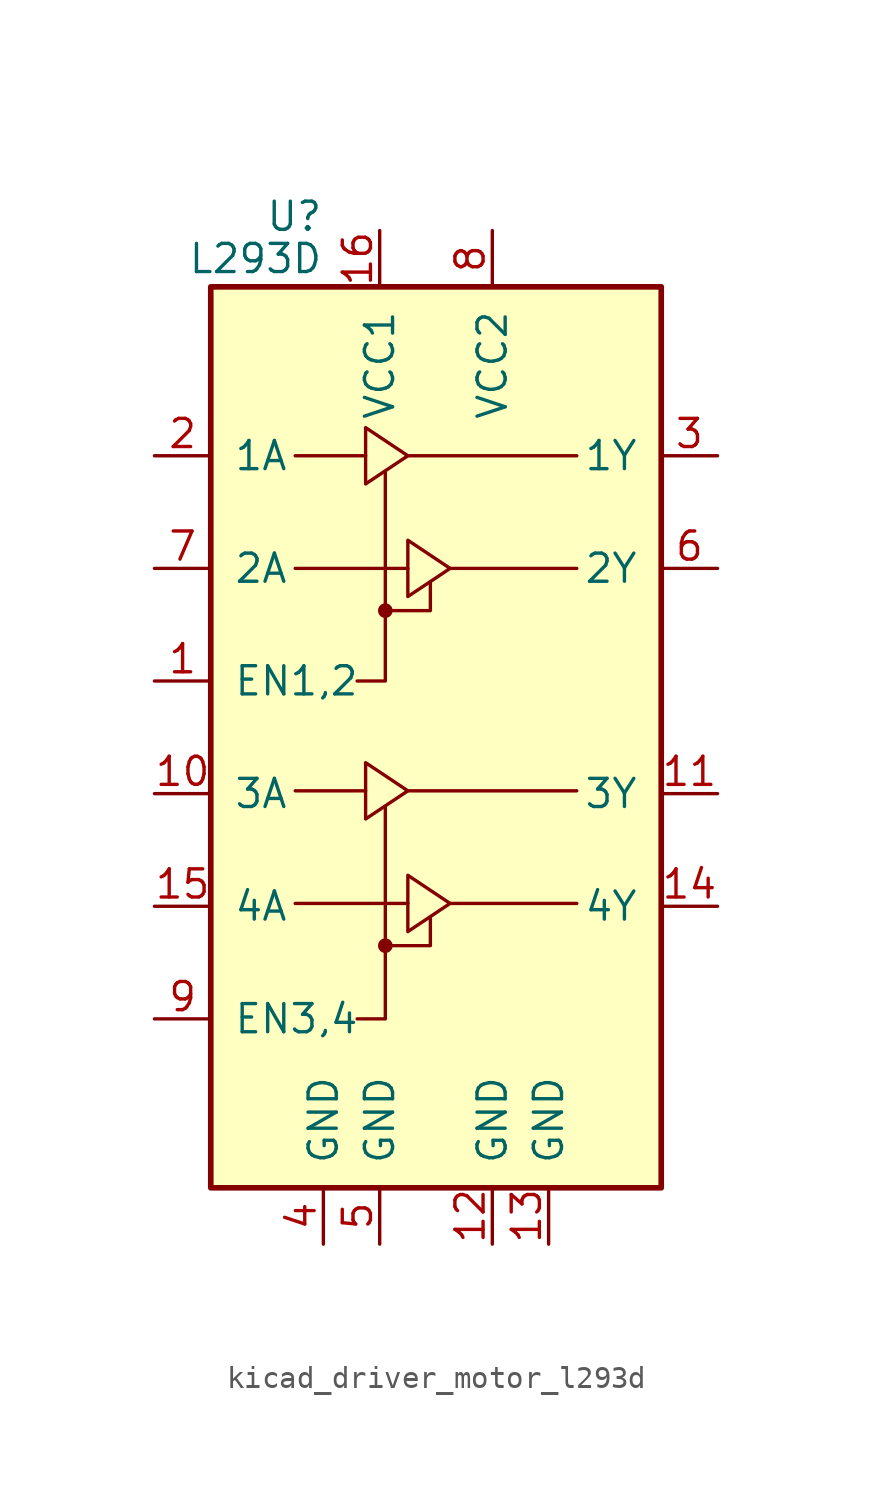
<source format=kicad_sym>
(kicad_symbol_lib
  (version 20220914)
  (generator kicad_symbol_editor)
  (symbol "kicad_driver_motor_l293d"
    (pin_names
      (offset 1.016))
    (property "Reference" "U"
      (at -5.08 26.035 0)
      (effects (font (size 1.27 1.27)) (justify right)))
    (property "Value" "L293D"
      (at -5.08 24.13 0)
      (effects (font (size 1.27 1.27)) (justify right)))
    (symbol "kicad_driver_motor_l293d_0_1"
      (rectangle (start -10.16 22.86) (end 10.16 -17.78) (stroke (width 0.254) (type default)) (fill (type background)))
      (circle (center -2.286 -6.858) (radius 0.254) (stroke (width 0) (type default)) (fill (type outline)))
      (circle (center -2.286 8.255) (radius 0.254) (stroke (width 0) (type default)) (fill (type outline)))
      (polyline (pts (xy -6.35 -4.953) (xy -1.27 -4.953)) (stroke (width 0) (type default)) (fill (type none)))
      (polyline (pts (xy -6.35 0.127) (xy -3.175 0.127)) (stroke (width 0) (type default)) (fill (type none)))
      (polyline (pts (xy -6.35 10.16) (xy -1.27 10.16)) (stroke (width 0) (type default)) (fill (type none)))
      (polyline (pts (xy -6.35 15.24) (xy -3.175 15.24)) (stroke (width 0) (type default)) (fill (type none)))
      (polyline (pts (xy -1.27 0.127) (xy 6.35 0.127)) (stroke (width 0) (type default)) (fill (type none)))
      (polyline (pts (xy -1.27 15.24) (xy 6.35 15.24)) (stroke (width 0) (type default)) (fill (type none)))
      (polyline (pts (xy 0.635 -4.953) (xy 6.35 -4.953)) (stroke (width 0) (type default)) (fill (type none)))
      (polyline (pts (xy 0.635 10.16) (xy 6.35 10.16)) (stroke (width 0) (type default)) (fill (type none)))
      (polyline (pts (xy -2.286 -6.858) (xy -0.254 -6.858) (xy -0.254 -5.588)) (stroke (width 0) (type default)) (fill (type none)))
      (polyline (pts (xy -2.286 -0.635) (xy -2.286 -10.16) (xy -3.556 -10.16)) (stroke (width 0) (type default)) (fill (type none)))
      (polyline (pts (xy -2.286 8.255) (xy -0.254 8.255) (xy -0.254 9.525)) (stroke (width 0) (type default)) (fill (type none)))
      (polyline (pts (xy -2.286 14.478) (xy -2.286 5.08) (xy -3.556 5.08)) (stroke (width 0) (type default)) (fill (type none)))
      (polyline (pts (xy -3.175 1.397) (xy -3.175 -1.143) (xy -1.27 0.127) (xy -3.175 1.397)) (stroke (width 0) (type default)) (fill (type none)))
      (polyline (pts (xy -3.175 16.51) (xy -3.175 13.97) (xy -1.27 15.24) (xy -3.175 16.51)) (stroke (width 0) (type default)) (fill (type none)))
      (polyline (pts (xy -1.27 -3.683) (xy -1.27 -6.223) (xy 0.635 -4.953) (xy -1.27 -3.683)) (stroke (width 0) (type default)) (fill (type none)))
      (polyline (pts (xy -1.27 11.43) (xy -1.27 8.89) (xy 0.635 10.16) (xy -1.27 11.43)) (stroke (width 0) (type default)) (fill (type none))))
    (symbol "kicad_driver_motor_l293d_1_1"
      (pin input line (at -12.7 5.08 0) (length 2.54) (name "EN1,2" (effects (font (size 1.27 1.27)))) (number "1" (effects (font (size 1.27 1.27)))))
      (pin input line (at -12.7 0 0) (length 2.54) (name "3A" (effects (font (size 1.27 1.27)))) (number "10" (effects (font (size 1.27 1.27)))))
      (pin output line (at 12.7 0 180) (length 2.54) (name "3Y" (effects (font (size 1.27 1.27)))) (number "11" (effects (font (size 1.27 1.27)))))
      (pin power_in line (at 2.54 -20.32 90) (length 2.54) (name "GND" (effects (font (size 1.27 1.27)))) (number "12" (effects (font (size 1.27 1.27)))))
      (pin power_in line (at 5.08 -20.32 90) (length 2.54) (name "GND" (effects (font (size 1.27 1.27)))) (number "13" (effects (font (size 1.27 1.27)))))
      (pin output line (at 12.7 -5.08 180) (length 2.54) (name "4Y" (effects (font (size 1.27 1.27)))) (number "14" (effects (font (size 1.27 1.27)))))
      (pin input line (at -12.7 -5.08 0) (length 2.54) (name "4A" (effects (font (size 1.27 1.27)))) (number "15" (effects (font (size 1.27 1.27)))))
      (pin power_in line (at -2.54 25.4 270) (length 2.54) (name "VCC1" (effects (font (size 1.27 1.27)))) (number "16" (effects (font (size 1.27 1.27)))))
      (pin input line (at -12.7 15.24 0) (length 2.54) (name "1A" (effects (font (size 1.27 1.27)))) (number "2" (effects (font (size 1.27 1.27)))))
      (pin output line (at 12.7 15.24 180) (length 2.54) (name "1Y" (effects (font (size 1.27 1.27)))) (number "3" (effects (font (size 1.27 1.27)))))
      (pin power_in line (at -5.08 -20.32 90) (length 2.54) (name "GND" (effects (font (size 1.27 1.27)))) (number "4" (effects (font (size 1.27 1.27)))))
      (pin power_in line (at -2.54 -20.32 90) (length 2.54) (name "GND" (effects (font (size 1.27 1.27)))) (number "5" (effects (font (size 1.27 1.27)))))
      (pin output line (at 12.7 10.16 180) (length 2.54) (name "2Y" (effects (font (size 1.27 1.27)))) (number "6" (effects (font (size 1.27 1.27)))))
      (pin input line (at -12.7 10.16 0) (length 2.54) (name "2A" (effects (font (size 1.27 1.27)))) (number "7" (effects (font (size 1.27 1.27)))))
      (pin power_in line (at 2.54 25.4 270) (length 2.54) (name "VCC2" (effects (font (size 1.27 1.27)))) (number "8" (effects (font (size 1.27 1.27)))))
      (pin input line (at -12.7 -10.16 0) (length 2.54) (name "EN3,4" (effects (font (size 1.27 1.27)))) (number "9" (effects (font (size 1.27 1.27))))))))
</source>
